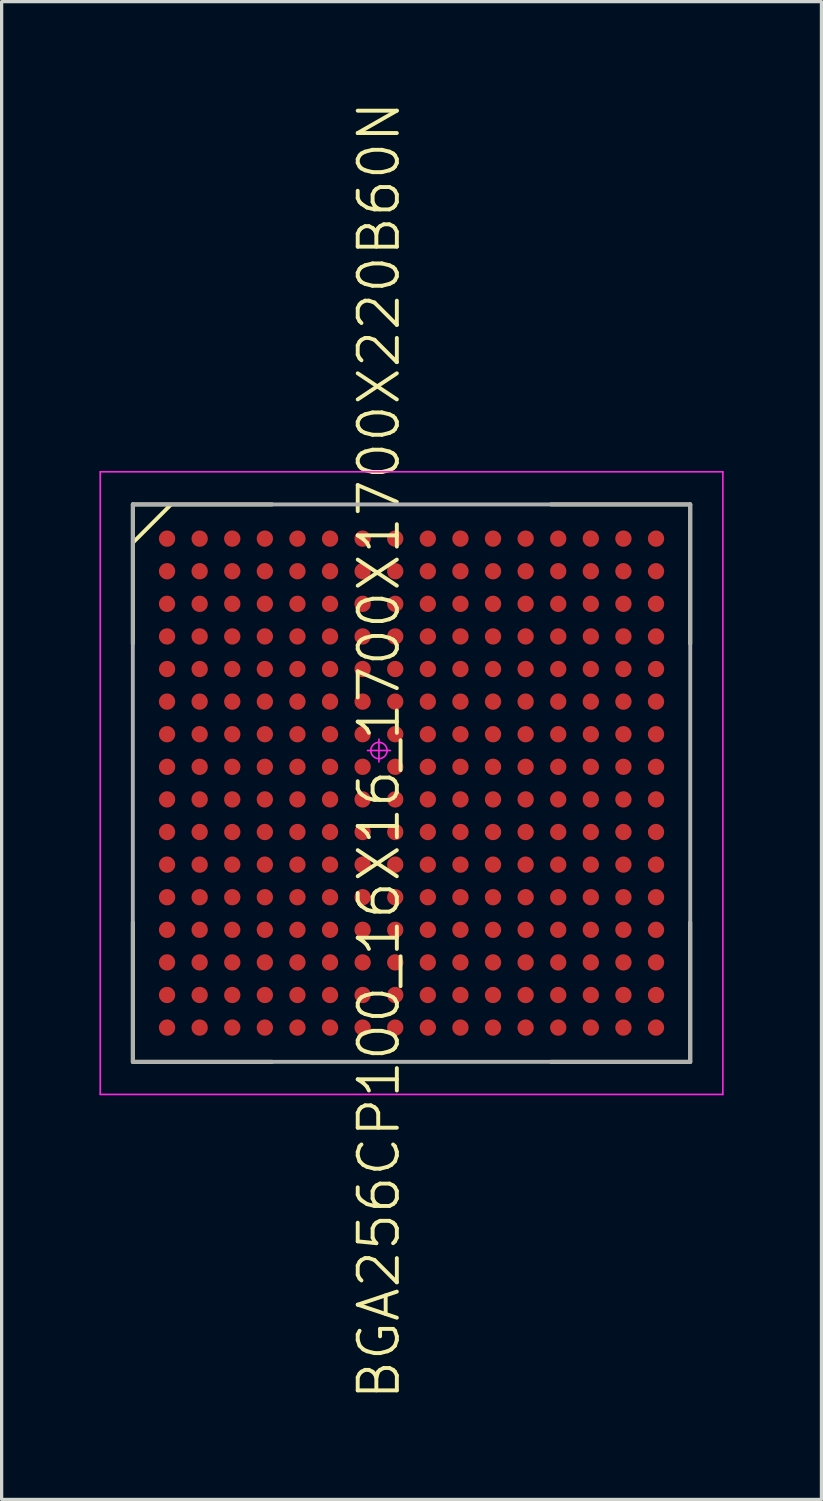
<source format=kicad_pcb>
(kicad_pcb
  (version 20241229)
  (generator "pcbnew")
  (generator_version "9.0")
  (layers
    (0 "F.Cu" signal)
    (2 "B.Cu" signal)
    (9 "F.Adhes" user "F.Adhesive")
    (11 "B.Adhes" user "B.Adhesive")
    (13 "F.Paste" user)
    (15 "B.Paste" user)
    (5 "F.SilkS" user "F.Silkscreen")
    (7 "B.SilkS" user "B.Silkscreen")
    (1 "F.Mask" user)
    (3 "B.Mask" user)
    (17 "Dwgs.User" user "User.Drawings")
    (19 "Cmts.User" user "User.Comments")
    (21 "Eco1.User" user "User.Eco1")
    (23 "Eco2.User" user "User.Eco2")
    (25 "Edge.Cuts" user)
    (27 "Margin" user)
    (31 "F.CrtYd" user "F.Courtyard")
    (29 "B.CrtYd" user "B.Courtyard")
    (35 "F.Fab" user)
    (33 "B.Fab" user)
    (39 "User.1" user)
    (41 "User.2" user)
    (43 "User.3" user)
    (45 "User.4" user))
  (footprint "BGA256CP100_16X16_1700X1700X220B60N"
    (layer "F.Cu")
    (at 9.575 20.974)
    (property "Reference" "BGA256CP100_16X16_1700X1700X220B60N" (at -1 -1 270) (layer "F.SilkS") (effects (font (size 1.2 1.2) (thickness 0.12))))
    (attr smd)
    (fp_line (start -8.55 -8.55) (end -8.55 -4.275) (stroke (width 0.12) (type solid)) (layer "F.SilkS"))
    (fp_line (start -8.55 8.55) (end -8.55 4.275) (stroke (width 0.12) (type solid)) (layer "F.SilkS"))
    (fp_line (start -7.391 -8.534) (end -8.534 -7.391) (stroke (width 0.12) (type solid)) (layer "F.SilkS"))
    (fp_line (start -4.275 -8.55) (end -8.55 -8.55) (stroke (width 0.12) (type solid)) (layer "F.SilkS"))
    (fp_line (start -4.275 8.55) (end -8.55 8.55) (stroke (width 0.12) (type solid)) (layer "F.SilkS"))
    (fp_line (start 4.275 -8.55) (end 8.55 -8.55) (stroke (width 0.12) (type solid)) (layer "F.SilkS"))
    (fp_line (start 4.275 8.55) (end 8.55 8.55) (stroke (width 0.12) (type solid)) (layer "F.SilkS"))
    (fp_line (start 8.55 -8.55) (end 8.55 -4.275) (stroke (width 0.12) (type solid)) (layer "F.SilkS"))
    (fp_line (start 8.55 8.55) (end 8.55 4.275) (stroke (width 0.12) (type solid)) (layer "F.SilkS"))
    (fp_line (start -9.55 -9.55) (end 9.55 -9.55) (stroke (width 0.05) (type solid)) (layer "F.CrtYd"))
    (fp_line (start -9.55 9.55) (end -9.55 -9.55) (stroke (width 0.05) (type solid)) (layer "F.CrtYd"))
    (fp_line (start -1 -1.35) (end -1 -0.65) (stroke (width 0.05) (type solid)) (layer "F.CrtYd"))
    (fp_line (start -0.65 -1) (end -1.35 -1) (stroke (width 0.05) (type solid)) (layer "F.CrtYd"))
    (fp_line (start 9.55 -9.55) (end 9.55 9.55) (stroke (width 0.05) (type solid)) (layer "F.CrtYd"))
    (fp_line (start 9.55 9.55) (end -9.55 9.55) (stroke (width 0.05) (type solid)) (layer "F.CrtYd"))
    (fp_circle (center -1 -1) (end -1.25 -1) (stroke (width 0.05) (type solid)) (fill no) (layer "F.CrtYd"))
    (fp_line (start -8.55 -8.55) (end 8.55 -8.55) (stroke (width 0.12) (type solid)) (layer "F.Fab"))
    (fp_line (start -8.55 8.55) (end -8.55 -8.55) (stroke (width 0.12) (type solid)) (layer "F.Fab"))
    (fp_line (start 8.55 -8.55) (end 8.55 8.55) (stroke (width 0.12) (type solid)) (layer "F.Fab"))
    (fp_line (start 8.55 8.55) (end -8.55 8.55) (stroke (width 0.12) (type solid)) (layer "F.Fab"))
    (pad "A1" smd circle (at -7.5 -7.5 270) (size 0.5 0.5) (layers "F.Cu" "F.Mask" "F.Paste"))
    (pad "A2" smd circle (at -6.5 -7.5 270) (size 0.5 0.5) (layers "F.Cu" "F.Mask" "F.Paste"))
    (pad "A3" smd circle (at -5.5 -7.5 270) (size 0.5 0.5) (layers "F.Cu" "F.Mask" "F.Paste"))
    (pad "A4" smd circle (at -4.5 -7.5 270) (size 0.5 0.5) (layers "F.Cu" "F.Mask" "F.Paste"))
    (pad "A5" smd circle (at -3.5 -7.5 270) (size 0.5 0.5) (layers "F.Cu" "F.Mask" "F.Paste"))
    (pad "A6" smd circle (at -2.5 -7.5 270) (size 0.5 0.5) (layers "F.Cu" "F.Mask" "F.Paste"))
    (pad "A7" smd circle (at -1.5 -7.5 270) (size 0.5 0.5) (layers "F.Cu" "F.Mask" "F.Paste"))
    (pad "A8" smd circle (at -0.5 -7.5 270) (size 0.5 0.5) (layers "F.Cu" "F.Mask" "F.Paste"))
    (pad "A9" smd circle (at 0.5 -7.5 270) (size 0.5 0.5) (layers "F.Cu" "F.Mask" "F.Paste"))
    (pad "A10" smd circle (at 1.5 -7.5 270) (size 0.5 0.5) (layers "F.Cu" "F.Mask" "F.Paste"))
    (pad "A11" smd circle (at 2.5 -7.5 270) (size 0.5 0.5) (layers "F.Cu" "F.Mask" "F.Paste"))
    (pad "A12" smd circle (at 3.5 -7.5 270) (size 0.5 0.5) (layers "F.Cu" "F.Mask" "F.Paste"))
    (pad "A13" smd circle (at 4.5 -7.5 270) (size 0.5 0.5) (layers "F.Cu" "F.Mask" "F.Paste"))
    (pad "A14" smd circle (at 5.5 -7.5 270) (size 0.5 0.5) (layers "F.Cu" "F.Mask" "F.Paste"))
    (pad "A15" smd circle (at 6.5 -7.5 270) (size 0.5 0.5) (layers "F.Cu" "F.Mask" "F.Paste"))
    (pad "A16" smd circle (at 7.5 -7.5 270) (size 0.5 0.5) (layers "F.Cu" "F.Mask" "F.Paste"))
    (pad "B1" smd circle (at -7.5 -6.5 270) (size 0.5 0.5) (layers "F.Cu" "F.Mask" "F.Paste"))
    (pad "B2" smd circle (at -6.5 -6.5 270) (size 0.5 0.5) (layers "F.Cu" "F.Mask" "F.Paste"))
    (pad "B3" smd circle (at -5.5 -6.5 270) (size 0.5 0.5) (layers "F.Cu" "F.Mask" "F.Paste"))
    (pad "B4" smd circle (at -4.5 -6.5 270) (size 0.5 0.5) (layers "F.Cu" "F.Mask" "F.Paste"))
    (pad "B5" smd circle (at -3.5 -6.5 270) (size 0.5 0.5) (layers "F.Cu" "F.Mask" "F.Paste"))
    (pad "B6" smd circle (at -2.5 -6.5 270) (size 0.5 0.5) (layers "F.Cu" "F.Mask" "F.Paste"))
    (pad "B7" smd circle (at -1.5 -6.5 270) (size 0.5 0.5) (layers "F.Cu" "F.Mask" "F.Paste"))
    (pad "B8" smd circle (at -0.5 -6.5 270) (size 0.5 0.5) (layers "F.Cu" "F.Mask" "F.Paste"))
    (pad "B9" smd circle (at 0.5 -6.5 270) (size 0.5 0.5) (layers "F.Cu" "F.Mask" "F.Paste"))
    (pad "B10" smd circle (at 1.5 -6.5 270) (size 0.5 0.5) (layers "F.Cu" "F.Mask" "F.Paste"))
    (pad "B11" smd circle (at 2.5 -6.5 270) (size 0.5 0.5) (layers "F.Cu" "F.Mask" "F.Paste"))
    (pad "B12" smd circle (at 3.5 -6.5 270) (size 0.5 0.5) (layers "F.Cu" "F.Mask" "F.Paste"))
    (pad "B13" smd circle (at 4.5 -6.5 270) (size 0.5 0.5) (layers "F.Cu" "F.Mask" "F.Paste"))
    (pad "B14" smd circle (at 5.5 -6.5 270) (size 0.5 0.5) (layers "F.Cu" "F.Mask" "F.Paste"))
    (pad "B15" smd circle (at 6.5 -6.5 270) (size 0.5 0.5) (layers "F.Cu" "F.Mask" "F.Paste"))
    (pad "B16" smd circle (at 7.5 -6.5 270) (size 0.5 0.5) (layers "F.Cu" "F.Mask" "F.Paste"))
    (pad "C1" smd circle (at -7.5 -5.5 270) (size 0.5 0.5) (layers "F.Cu" "F.Mask" "F.Paste"))
    (pad "C2" smd circle (at -6.5 -5.5 270) (size 0.5 0.5) (layers "F.Cu" "F.Mask" "F.Paste"))
    (pad "C3" smd circle (at -5.5 -5.5 270) (size 0.5 0.5) (layers "F.Cu" "F.Mask" "F.Paste"))
    (pad "C4" smd circle (at -4.5 -5.5 270) (size 0.5 0.5) (layers "F.Cu" "F.Mask" "F.Paste"))
    (pad "C5" smd circle (at -3.5 -5.5 270) (size 0.5 0.5) (layers "F.Cu" "F.Mask" "F.Paste"))
    (pad "C6" smd circle (at -2.5 -5.5 270) (size 0.5 0.5) (layers "F.Cu" "F.Mask" "F.Paste"))
    (pad "C7" smd circle (at -1.5 -5.5 270) (size 0.5 0.5) (layers "F.Cu" "F.Mask" "F.Paste"))
    (pad "C8" smd circle (at -0.5 -5.5 270) (size 0.5 0.5) (layers "F.Cu" "F.Mask" "F.Paste"))
    (pad "C9" smd circle (at 0.5 -5.5 270) (size 0.5 0.5) (layers "F.Cu" "F.Mask" "F.Paste"))
    (pad "C10" smd circle (at 1.5 -5.5 270) (size 0.5 0.5) (layers "F.Cu" "F.Mask" "F.Paste"))
    (pad "C11" smd circle (at 2.5 -5.5 270) (size 0.5 0.5) (layers "F.Cu" "F.Mask" "F.Paste"))
    (pad "C12" smd circle (at 3.5 -5.5 270) (size 0.5 0.5) (layers "F.Cu" "F.Mask" "F.Paste"))
    (pad "C13" smd circle (at 4.5 -5.5 270) (size 0.5 0.5) (layers "F.Cu" "F.Mask" "F.Paste"))
    (pad "C14" smd circle (at 5.5 -5.5 270) (size 0.5 0.5) (layers "F.Cu" "F.Mask" "F.Paste"))
    (pad "C15" smd circle (at 6.5 -5.5 270) (size 0.5 0.5) (layers "F.Cu" "F.Mask" "F.Paste"))
    (pad "C16" smd circle (at 7.5 -5.5 270) (size 0.5 0.5) (layers "F.Cu" "F.Mask" "F.Paste"))
    (pad "D1" smd circle (at -7.5 -4.5 270) (size 0.5 0.5) (layers "F.Cu" "F.Mask" "F.Paste"))
    (pad "D2" smd circle (at -6.5 -4.5 270) (size 0.5 0.5) (layers "F.Cu" "F.Mask" "F.Paste"))
    (pad "D3" smd circle (at -5.5 -4.5 270) (size 0.5 0.5) (layers "F.Cu" "F.Mask" "F.Paste"))
    (pad "D4" smd circle (at -4.5 -4.5 270) (size 0.5 0.5) (layers "F.Cu" "F.Mask" "F.Paste"))
    (pad "D5" smd circle (at -3.5 -4.5 270) (size 0.5 0.5) (layers "F.Cu" "F.Mask" "F.Paste"))
    (pad "D6" smd circle (at -2.5 -4.5 270) (size 0.5 0.5) (layers "F.Cu" "F.Mask" "F.Paste"))
    (pad "D7" smd circle (at -1.5 -4.5 270) (size 0.5 0.5) (layers "F.Cu" "F.Mask" "F.Paste"))
    (pad "D8" smd circle (at -0.5 -4.5 270) (size 0.5 0.5) (layers "F.Cu" "F.Mask" "F.Paste"))
    (pad "D9" smd circle (at 0.5 -4.5 270) (size 0.5 0.5) (layers "F.Cu" "F.Mask" "F.Paste"))
    (pad "D10" smd circle (at 1.5 -4.5 270) (size 0.5 0.5) (layers "F.Cu" "F.Mask" "F.Paste"))
    (pad "D11" smd circle (at 2.5 -4.5 270) (size 0.5 0.5) (layers "F.Cu" "F.Mask" "F.Paste"))
    (pad "D12" smd circle (at 3.5 -4.5 270) (size 0.5 0.5) (layers "F.Cu" "F.Mask" "F.Paste"))
    (pad "D13" smd circle (at 4.5 -4.5 270) (size 0.5 0.5) (layers "F.Cu" "F.Mask" "F.Paste"))
    (pad "D14" smd circle (at 5.5 -4.5 270) (size 0.5 0.5) (layers "F.Cu" "F.Mask" "F.Paste"))
    (pad "D15" smd circle (at 6.5 -4.5 270) (size 0.5 0.5) (layers "F.Cu" "F.Mask" "F.Paste"))
    (pad "D16" smd circle (at 7.5 -4.5 270) (size 0.5 0.5) (layers "F.Cu" "F.Mask" "F.Paste"))
    (pad "E1" smd circle (at -7.5 -3.5 270) (size 0.5 0.5) (layers "F.Cu" "F.Mask" "F.Paste"))
    (pad "E2" smd circle (at -6.5 -3.5 270) (size 0.5 0.5) (layers "F.Cu" "F.Mask" "F.Paste"))
    (pad "E3" smd circle (at -5.5 -3.5 270) (size 0.5 0.5) (layers "F.Cu" "F.Mask" "F.Paste"))
    (pad "E4" smd circle (at -4.5 -3.5 270) (size 0.5 0.5) (layers "F.Cu" "F.Mask" "F.Paste"))
    (pad "E5" smd circle (at -3.5 -3.5 270) (size 0.5 0.5) (layers "F.Cu" "F.Mask" "F.Paste"))
    (pad "E6" smd circle (at -2.5 -3.5 270) (size 0.5 0.5) (layers "F.Cu" "F.Mask" "F.Paste"))
    (pad "E7" smd circle (at -1.5 -3.5 270) (size 0.5 0.5) (layers "F.Cu" "F.Mask" "F.Paste"))
    (pad "E8" smd circle (at -0.5 -3.5 270) (size 0.5 0.5) (layers "F.Cu" "F.Mask" "F.Paste"))
    (pad "E9" smd circle (at 0.5 -3.5 270) (size 0.5 0.5) (layers "F.Cu" "F.Mask" "F.Paste"))
    (pad "E10" smd circle (at 1.5 -3.5 270) (size 0.5 0.5) (layers "F.Cu" "F.Mask" "F.Paste"))
    (pad "E11" smd circle (at 2.5 -3.5 270) (size 0.5 0.5) (layers "F.Cu" "F.Mask" "F.Paste"))
    (pad "E12" smd circle (at 3.5 -3.5 270) (size 0.5 0.5) (layers "F.Cu" "F.Mask" "F.Paste"))
    (pad "E13" smd circle (at 4.5 -3.5 270) (size 0.5 0.5) (layers "F.Cu" "F.Mask" "F.Paste"))
    (pad "E14" smd circle (at 5.5 -3.5 270) (size 0.5 0.5) (layers "F.Cu" "F.Mask" "F.Paste"))
    (pad "E15" smd circle (at 6.5 -3.5 270) (size 0.5 0.5) (layers "F.Cu" "F.Mask" "F.Paste"))
    (pad "E16" smd circle (at 7.5 -3.5 270) (size 0.5 0.5) (layers "F.Cu" "F.Mask" "F.Paste"))
    (pad "F1" smd circle (at -7.5 -2.5 270) (size 0.5 0.5) (layers "F.Cu" "F.Mask" "F.Paste"))
    (pad "F2" smd circle (at -6.5 -2.5 270) (size 0.5 0.5) (layers "F.Cu" "F.Mask" "F.Paste"))
    (pad "F3" smd circle (at -5.5 -2.5 270) (size 0.5 0.5) (layers "F.Cu" "F.Mask" "F.Paste"))
    (pad "F4" smd circle (at -4.5 -2.5 270) (size 0.5 0.5) (layers "F.Cu" "F.Mask" "F.Paste"))
    (pad "F5" smd circle (at -3.5 -2.5 270) (size 0.5 0.5) (layers "F.Cu" "F.Mask" "F.Paste"))
    (pad "F6" smd circle (at -2.5 -2.5 270) (size 0.5 0.5) (layers "F.Cu" "F.Mask" "F.Paste"))
    (pad "F7" smd circle (at -1.5 -2.5 270) (size 0.5 0.5) (layers "F.Cu" "F.Mask" "F.Paste"))
    (pad "F8" smd circle (at -0.5 -2.5 270) (size 0.5 0.5) (layers "F.Cu" "F.Mask" "F.Paste"))
    (pad "F9" smd circle (at 0.5 -2.5 270) (size 0.5 0.5) (layers "F.Cu" "F.Mask" "F.Paste"))
    (pad "F10" smd circle (at 1.5 -2.5 270) (size 0.5 0.5) (layers "F.Cu" "F.Mask" "F.Paste"))
    (pad "F11" smd circle (at 2.5 -2.5 270) (size 0.5 0.5) (layers "F.Cu" "F.Mask" "F.Paste"))
    (pad "F12" smd circle (at 3.5 -2.5 270) (size 0.5 0.5) (layers "F.Cu" "F.Mask" "F.Paste"))
    (pad "F13" smd circle (at 4.5 -2.5 270) (size 0.5 0.5) (layers "F.Cu" "F.Mask" "F.Paste"))
    (pad "F14" smd circle (at 5.5 -2.5 270) (size 0.5 0.5) (layers "F.Cu" "F.Mask" "F.Paste"))
    (pad "F15" smd circle (at 6.5 -2.5 270) (size 0.5 0.5) (layers "F.Cu" "F.Mask" "F.Paste"))
    (pad "F16" smd circle (at 7.5 -2.5 270) (size 0.5 0.5) (layers "F.Cu" "F.Mask" "F.Paste"))
    (pad "G1" smd circle (at -7.5 -1.5 270) (size 0.5 0.5) (layers "F.Cu" "F.Mask" "F.Paste"))
    (pad "G2" smd circle (at -6.5 -1.5 270) (size 0.5 0.5) (layers "F.Cu" "F.Mask" "F.Paste"))
    (pad "G3" smd circle (at -5.5 -1.5 270) (size 0.5 0.5) (layers "F.Cu" "F.Mask" "F.Paste"))
    (pad "G4" smd circle (at -4.5 -1.5 270) (size 0.5 0.5) (layers "F.Cu" "F.Mask" "F.Paste"))
    (pad "G5" smd circle (at -3.5 -1.5 270) (size 0.5 0.5) (layers "F.Cu" "F.Mask" "F.Paste"))
    (pad "G6" smd circle (at -2.5 -1.5 270) (size 0.5 0.5) (layers "F.Cu" "F.Mask" "F.Paste"))
    (pad "G7" smd circle (at -1.5 -1.5 270) (size 0.5 0.5) (layers "F.Cu" "F.Mask" "F.Paste"))
    (pad "G8" smd circle (at -0.5 -1.5 270) (size 0.5 0.5) (layers "F.Cu" "F.Mask" "F.Paste"))
    (pad "G9" smd circle (at 0.5 -1.5 270) (size 0.5 0.5) (layers "F.Cu" "F.Mask" "F.Paste"))
    (pad "G10" smd circle (at 1.5 -1.5 270) (size 0.5 0.5) (layers "F.Cu" "F.Mask" "F.Paste"))
    (pad "G11" smd circle (at 2.5 -1.5 270) (size 0.5 0.5) (layers "F.Cu" "F.Mask" "F.Paste"))
    (pad "G12" smd circle (at 3.5 -1.5 270) (size 0.5 0.5) (layers "F.Cu" "F.Mask" "F.Paste"))
    (pad "G13" smd circle (at 4.5 -1.5 270) (size 0.5 0.5) (layers "F.Cu" "F.Mask" "F.Paste"))
    (pad "G14" smd circle (at 5.5 -1.5 270) (size 0.5 0.5) (layers "F.Cu" "F.Mask" "F.Paste"))
    (pad "G15" smd circle (at 6.5 -1.5 270) (size 0.5 0.5) (layers "F.Cu" "F.Mask" "F.Paste"))
    (pad "G16" smd circle (at 7.5 -1.5 270) (size 0.5 0.5) (layers "F.Cu" "F.Mask" "F.Paste"))
    (pad "H1" smd circle (at -7.5 -0.5 270) (size 0.5 0.5) (layers "F.Cu" "F.Mask" "F.Paste"))
    (pad "H2" smd circle (at -6.5 -0.5 270) (size 0.5 0.5) (layers "F.Cu" "F.Mask" "F.Paste"))
    (pad "H3" smd circle (at -5.5 -0.5 270) (size 0.5 0.5) (layers "F.Cu" "F.Mask" "F.Paste"))
    (pad "H4" smd circle (at -4.5 -0.5 270) (size 0.5 0.5) (layers "F.Cu" "F.Mask" "F.Paste"))
    (pad "H5" smd circle (at -3.5 -0.5 270) (size 0.5 0.5) (layers "F.Cu" "F.Mask" "F.Paste"))
    (pad "H6" smd circle (at -2.5 -0.5 270) (size 0.5 0.5) (layers "F.Cu" "F.Mask" "F.Paste"))
    (pad "H7" smd circle (at -1.5 -0.5 270) (size 0.5 0.5) (layers "F.Cu" "F.Mask" "F.Paste"))
    (pad "H8" smd circle (at -0.5 -0.5 270) (size 0.5 0.5) (layers "F.Cu" "F.Mask" "F.Paste"))
    (pad "H9" smd circle (at 0.5 -0.5 270) (size 0.5 0.5) (layers "F.Cu" "F.Mask" "F.Paste"))
    (pad "H10" smd circle (at 1.5 -0.5 270) (size 0.5 0.5) (layers "F.Cu" "F.Mask" "F.Paste"))
    (pad "H11" smd circle (at 2.5 -0.5 270) (size 0.5 0.5) (layers "F.Cu" "F.Mask" "F.Paste"))
    (pad "H12" smd circle (at 3.5 -0.5 270) (size 0.5 0.5) (layers "F.Cu" "F.Mask" "F.Paste"))
    (pad "H13" smd circle (at 4.5 -0.5 270) (size 0.5 0.5) (layers "F.Cu" "F.Mask" "F.Paste"))
    (pad "H14" smd circle (at 5.5 -0.5 270) (size 0.5 0.5) (layers "F.Cu" "F.Mask" "F.Paste"))
    (pad "H15" smd circle (at 6.5 -0.5 270) (size 0.5 0.5) (layers "F.Cu" "F.Mask" "F.Paste"))
    (pad "H16" smd circle (at 7.5 -0.5 270) (size 0.5 0.5) (layers "F.Cu" "F.Mask" "F.Paste"))
    (pad "J1" smd circle (at -7.5 0.5 270) (size 0.5 0.5) (layers "F.Cu" "F.Mask" "F.Paste"))
    (pad "J2" smd circle (at -6.5 0.5 270) (size 0.5 0.5) (layers "F.Cu" "F.Mask" "F.Paste"))
    (pad "J3" smd circle (at -5.5 0.5 270) (size 0.5 0.5) (layers "F.Cu" "F.Mask" "F.Paste"))
    (pad "J4" smd circle (at -4.5 0.5 270) (size 0.5 0.5) (layers "F.Cu" "F.Mask" "F.Paste"))
    (pad "J5" smd circle (at -3.5 0.5 270) (size 0.5 0.5) (layers "F.Cu" "F.Mask" "F.Paste"))
    (pad "J6" smd circle (at -2.5 0.5 270) (size 0.5 0.5) (layers "F.Cu" "F.Mask" "F.Paste"))
    (pad "J7" smd circle (at -1.5 0.5 270) (size 0.5 0.5) (layers "F.Cu" "F.Mask" "F.Paste"))
    (pad "J8" smd circle (at -0.5 0.5 270) (size 0.5 0.5) (layers "F.Cu" "F.Mask" "F.Paste"))
    (pad "J9" smd circle (at 0.5 0.5 270) (size 0.5 0.5) (layers "F.Cu" "F.Mask" "F.Paste"))
    (pad "J10" smd circle (at 1.5 0.5 270) (size 0.5 0.5) (layers "F.Cu" "F.Mask" "F.Paste"))
    (pad "J11" smd circle (at 2.5 0.5 270) (size 0.5 0.5) (layers "F.Cu" "F.Mask" "F.Paste"))
    (pad "J12" smd circle (at 3.5 0.5 270) (size 0.5 0.5) (layers "F.Cu" "F.Mask" "F.Paste"))
    (pad "J13" smd circle (at 4.5 0.5 270) (size 0.5 0.5) (layers "F.Cu" "F.Mask" "F.Paste"))
    (pad "J14" smd circle (at 5.5 0.5 270) (size 0.5 0.5) (layers "F.Cu" "F.Mask" "F.Paste"))
    (pad "J15" smd circle (at 6.5 0.5 270) (size 0.5 0.5) (layers "F.Cu" "F.Mask" "F.Paste"))
    (pad "J16" smd circle (at 7.5 0.5 270) (size 0.5 0.5) (layers "F.Cu" "F.Mask" "F.Paste"))
    (pad "K1" smd circle (at -7.5 1.5 270) (size 0.5 0.5) (layers "F.Cu" "F.Mask" "F.Paste"))
    (pad "K2" smd circle (at -6.5 1.5 270) (size 0.5 0.5) (layers "F.Cu" "F.Mask" "F.Paste"))
    (pad "K3" smd circle (at -5.5 1.5 270) (size 0.5 0.5) (layers "F.Cu" "F.Mask" "F.Paste"))
    (pad "K4" smd circle (at -4.5 1.5 270) (size 0.5 0.5) (layers "F.Cu" "F.Mask" "F.Paste"))
    (pad "K5" smd circle (at -3.5 1.5 270) (size 0.5 0.5) (layers "F.Cu" "F.Mask" "F.Paste"))
    (pad "K6" smd circle (at -2.5 1.5 270) (size 0.5 0.5) (layers "F.Cu" "F.Mask" "F.Paste"))
    (pad "K7" smd circle (at -1.5 1.5 270) (size 0.5 0.5) (layers "F.Cu" "F.Mask" "F.Paste"))
    (pad "K8" smd circle (at -0.5 1.5 270) (size 0.5 0.5) (layers "F.Cu" "F.Mask" "F.Paste"))
    (pad "K9" smd circle (at 0.5 1.5 270) (size 0.5 0.5) (layers "F.Cu" "F.Mask" "F.Paste"))
    (pad "K10" smd circle (at 1.5 1.5 270) (size 0.5 0.5) (layers "F.Cu" "F.Mask" "F.Paste"))
    (pad "K11" smd circle (at 2.5 1.5 270) (size 0.5 0.5) (layers "F.Cu" "F.Mask" "F.Paste"))
    (pad "K12" smd circle (at 3.5 1.5 270) (size 0.5 0.5) (layers "F.Cu" "F.Mask" "F.Paste"))
    (pad "K13" smd circle (at 4.5 1.5 270) (size 0.5 0.5) (layers "F.Cu" "F.Mask" "F.Paste"))
    (pad "K14" smd circle (at 5.5 1.5 270) (size 0.5 0.5) (layers "F.Cu" "F.Mask" "F.Paste"))
    (pad "K15" smd circle (at 6.5 1.5 270) (size 0.5 0.5) (layers "F.Cu" "F.Mask" "F.Paste"))
    (pad "K16" smd circle (at 7.5 1.5 270) (size 0.5 0.5) (layers "F.Cu" "F.Mask" "F.Paste"))
    (pad "L1" smd circle (at -7.5 2.5 270) (size 0.5 0.5) (layers "F.Cu" "F.Mask" "F.Paste"))
    (pad "L2" smd circle (at -6.5 2.5 270) (size 0.5 0.5) (layers "F.Cu" "F.Mask" "F.Paste"))
    (pad "L3" smd circle (at -5.5 2.5 270) (size 0.5 0.5) (layers "F.Cu" "F.Mask" "F.Paste"))
    (pad "L4" smd circle (at -4.5 2.5 270) (size 0.5 0.5) (layers "F.Cu" "F.Mask" "F.Paste"))
    (pad "L5" smd circle (at -3.5 2.5 270) (size 0.5 0.5) (layers "F.Cu" "F.Mask" "F.Paste"))
    (pad "L6" smd circle (at -2.5 2.5 270) (size 0.5 0.5) (layers "F.Cu" "F.Mask" "F.Paste"))
    (pad "L7" smd circle (at -1.5 2.5 270) (size 0.5 0.5) (layers "F.Cu" "F.Mask" "F.Paste"))
    (pad "L8" smd circle (at -0.5 2.5 270) (size 0.5 0.5) (layers "F.Cu" "F.Mask" "F.Paste"))
    (pad "L9" smd circle (at 0.5 2.5 270) (size 0.5 0.5) (layers "F.Cu" "F.Mask" "F.Paste"))
    (pad "L10" smd circle (at 1.5 2.5 270) (size 0.5 0.5) (layers "F.Cu" "F.Mask" "F.Paste"))
    (pad "L11" smd circle (at 2.5 2.5 270) (size 0.5 0.5) (layers "F.Cu" "F.Mask" "F.Paste"))
    (pad "L12" smd circle (at 3.5 2.5 270) (size 0.5 0.5) (layers "F.Cu" "F.Mask" "F.Paste"))
    (pad "L13" smd circle (at 4.5 2.5 270) (size 0.5 0.5) (layers "F.Cu" "F.Mask" "F.Paste"))
    (pad "L14" smd circle (at 5.5 2.5 270) (size 0.5 0.5) (layers "F.Cu" "F.Mask" "F.Paste"))
    (pad "L15" smd circle (at 6.5 2.5 270) (size 0.5 0.5) (layers "F.Cu" "F.Mask" "F.Paste"))
    (pad "L16" smd circle (at 7.5 2.5 270) (size 0.5 0.5) (layers "F.Cu" "F.Mask" "F.Paste"))
    (pad "M1" smd circle (at -7.5 3.5 270) (size 0.5 0.5) (layers "F.Cu" "F.Mask" "F.Paste"))
    (pad "M2" smd circle (at -6.5 3.5 270) (size 0.5 0.5) (layers "F.Cu" "F.Mask" "F.Paste"))
    (pad "M3" smd circle (at -5.5 3.5 270) (size 0.5 0.5) (layers "F.Cu" "F.Mask" "F.Paste"))
    (pad "M4" smd circle (at -4.5 3.5 270) (size 0.5 0.5) (layers "F.Cu" "F.Mask" "F.Paste"))
    (pad "M5" smd circle (at -3.5 3.5 270) (size 0.5 0.5) (layers "F.Cu" "F.Mask" "F.Paste"))
    (pad "M6" smd circle (at -2.5 3.5 270) (size 0.5 0.5) (layers "F.Cu" "F.Mask" "F.Paste"))
    (pad "M7" smd circle (at -1.5 3.5 270) (size 0.5 0.5) (layers "F.Cu" "F.Mask" "F.Paste"))
    (pad "M8" smd circle (at -0.5 3.5 270) (size 0.5 0.5) (layers "F.Cu" "F.Mask" "F.Paste"))
    (pad "M9" smd circle (at 0.5 3.5 270) (size 0.5 0.5) (layers "F.Cu" "F.Mask" "F.Paste"))
    (pad "M10" smd circle (at 1.5 3.5 270) (size 0.5 0.5) (layers "F.Cu" "F.Mask" "F.Paste"))
    (pad "M11" smd circle (at 2.5 3.5 270) (size 0.5 0.5) (layers "F.Cu" "F.Mask" "F.Paste"))
    (pad "M12" smd circle (at 3.5 3.5 270) (size 0.5 0.5) (layers "F.Cu" "F.Mask" "F.Paste"))
    (pad "M13" smd circle (at 4.5 3.5 270) (size 0.5 0.5) (layers "F.Cu" "F.Mask" "F.Paste"))
    (pad "M14" smd circle (at 5.5 3.5 270) (size 0.5 0.5) (layers "F.Cu" "F.Mask" "F.Paste"))
    (pad "M15" smd circle (at 6.5 3.5 270) (size 0.5 0.5) (layers "F.Cu" "F.Mask" "F.Paste"))
    (pad "M16" smd circle (at 7.5 3.5 270) (size 0.5 0.5) (layers "F.Cu" "F.Mask" "F.Paste"))
    (pad "N1" smd circle (at -7.5 4.5 270) (size 0.5 0.5) (layers "F.Cu" "F.Mask" "F.Paste"))
    (pad "N2" smd circle (at -6.5 4.5 270) (size 0.5 0.5) (layers "F.Cu" "F.Mask" "F.Paste"))
    (pad "N3" smd circle (at -5.5 4.5 270) (size 0.5 0.5) (layers "F.Cu" "F.Mask" "F.Paste"))
    (pad "N4" smd circle (at -4.5 4.5 270) (size 0.5 0.5) (layers "F.Cu" "F.Mask" "F.Paste"))
    (pad "N5" smd circle (at -3.5 4.5 270) (size 0.5 0.5) (layers "F.Cu" "F.Mask" "F.Paste"))
    (pad "N6" smd circle (at -2.5 4.5 270) (size 0.5 0.5) (layers "F.Cu" "F.Mask" "F.Paste"))
    (pad "N7" smd circle (at -1.5 4.5 270) (size 0.5 0.5) (layers "F.Cu" "F.Mask" "F.Paste"))
    (pad "N8" smd circle (at -0.5 4.5 270) (size 0.5 0.5) (layers "F.Cu" "F.Mask" "F.Paste"))
    (pad "N9" smd circle (at 0.5 4.5 270) (size 0.5 0.5) (layers "F.Cu" "F.Mask" "F.Paste"))
    (pad "N10" smd circle (at 1.5 4.5 270) (size 0.5 0.5) (layers "F.Cu" "F.Mask" "F.Paste"))
    (pad "N11" smd circle (at 2.5 4.5 270) (size 0.5 0.5) (layers "F.Cu" "F.Mask" "F.Paste"))
    (pad "N12" smd circle (at 3.5 4.5 270) (size 0.5 0.5) (layers "F.Cu" "F.Mask" "F.Paste"))
    (pad "N13" smd circle (at 4.5 4.5 270) (size 0.5 0.5) (layers "F.Cu" "F.Mask" "F.Paste"))
    (pad "N14" smd circle (at 5.5 4.5 270) (size 0.5 0.5) (layers "F.Cu" "F.Mask" "F.Paste"))
    (pad "N15" smd circle (at 6.5 4.5 270) (size 0.5 0.5) (layers "F.Cu" "F.Mask" "F.Paste"))
    (pad "N16" smd circle (at 7.5 4.5 270) (size 0.5 0.5) (layers "F.Cu" "F.Mask" "F.Paste"))
    (pad "P1" smd circle (at -7.5 5.5 270) (size 0.5 0.5) (layers "F.Cu" "F.Mask" "F.Paste"))
    (pad "P2" smd circle (at -6.5 5.5 270) (size 0.5 0.5) (layers "F.Cu" "F.Mask" "F.Paste"))
    (pad "P3" smd circle (at -5.5 5.5 270) (size 0.5 0.5) (layers "F.Cu" "F.Mask" "F.Paste"))
    (pad "P4" smd circle (at -4.5 5.5 270) (size 0.5 0.5) (layers "F.Cu" "F.Mask" "F.Paste"))
    (pad "P5" smd circle (at -3.5 5.5 270) (size 0.5 0.5) (layers "F.Cu" "F.Mask" "F.Paste"))
    (pad "P6" smd circle (at -2.5 5.5 270) (size 0.5 0.5) (layers "F.Cu" "F.Mask" "F.Paste"))
    (pad "P7" smd circle (at -1.5 5.5 270) (size 0.5 0.5) (layers "F.Cu" "F.Mask" "F.Paste"))
    (pad "P8" smd circle (at -0.5 5.5 270) (size 0.5 0.5) (layers "F.Cu" "F.Mask" "F.Paste"))
    (pad "P9" smd circle (at 0.5 5.5 270) (size 0.5 0.5) (layers "F.Cu" "F.Mask" "F.Paste"))
    (pad "P10" smd circle (at 1.5 5.5 270) (size 0.5 0.5) (layers "F.Cu" "F.Mask" "F.Paste"))
    (pad "P11" smd circle (at 2.5 5.5 270) (size 0.5 0.5) (layers "F.Cu" "F.Mask" "F.Paste"))
    (pad "P12" smd circle (at 3.5 5.5 270) (size 0.5 0.5) (layers "F.Cu" "F.Mask" "F.Paste"))
    (pad "P13" smd circle (at 4.5 5.5 270) (size 0.5 0.5) (layers "F.Cu" "F.Mask" "F.Paste"))
    (pad "P14" smd circle (at 5.5 5.5 270) (size 0.5 0.5) (layers "F.Cu" "F.Mask" "F.Paste"))
    (pad "P15" smd circle (at 6.5 5.5 270) (size 0.5 0.5) (layers "F.Cu" "F.Mask" "F.Paste"))
    (pad "P16" smd circle (at 7.5 5.5 270) (size 0.5 0.5) (layers "F.Cu" "F.Mask" "F.Paste"))
    (pad "R1" smd circle (at -7.5 6.5 270) (size 0.5 0.5) (layers "F.Cu" "F.Mask" "F.Paste"))
    (pad "R2" smd circle (at -6.5 6.5 270) (size 0.5 0.5) (layers "F.Cu" "F.Mask" "F.Paste"))
    (pad "R3" smd circle (at -5.5 6.5 270) (size 0.5 0.5) (layers "F.Cu" "F.Mask" "F.Paste"))
    (pad "R4" smd circle (at -4.5 6.5 270) (size 0.5 0.5) (layers "F.Cu" "F.Mask" "F.Paste"))
    (pad "R5" smd circle (at -3.5 6.5 270) (size 0.5 0.5) (layers "F.Cu" "F.Mask" "F.Paste"))
    (pad "R6" smd circle (at -2.5 6.5 270) (size 0.5 0.5) (layers "F.Cu" "F.Mask" "F.Paste"))
    (pad "R7" smd circle (at -1.5 6.5 270) (size 0.5 0.5) (layers "F.Cu" "F.Mask" "F.Paste"))
    (pad "R8" smd circle (at -0.5 6.5 270) (size 0.5 0.5) (layers "F.Cu" "F.Mask" "F.Paste"))
    (pad "R9" smd circle (at 0.5 6.5 270) (size 0.5 0.5) (layers "F.Cu" "F.Mask" "F.Paste"))
    (pad "R10" smd circle (at 1.5 6.5 270) (size 0.5 0.5) (layers "F.Cu" "F.Mask" "F.Paste"))
    (pad "R11" smd circle (at 2.5 6.5 270) (size 0.5 0.5) (layers "F.Cu" "F.Mask" "F.Paste"))
    (pad "R12" smd circle (at 3.5 6.5 270) (size 0.5 0.5) (layers "F.Cu" "F.Mask" "F.Paste"))
    (pad "R13" smd circle (at 4.5 6.5 270) (size 0.5 0.5) (layers "F.Cu" "F.Mask" "F.Paste"))
    (pad "R14" smd circle (at 5.5 6.5 270) (size 0.5 0.5) (layers "F.Cu" "F.Mask" "F.Paste"))
    (pad "R15" smd circle (at 6.5 6.5 270) (size 0.5 0.5) (layers "F.Cu" "F.Mask" "F.Paste"))
    (pad "R16" smd circle (at 7.5 6.5 270) (size 0.5 0.5) (layers "F.Cu" "F.Mask" "F.Paste"))
    (pad "T1" smd circle (at -7.5 7.5 270) (size 0.5 0.5) (layers "F.Cu" "F.Mask" "F.Paste"))
    (pad "T2" smd circle (at -6.5 7.5 270) (size 0.5 0.5) (layers "F.Cu" "F.Mask" "F.Paste"))
    (pad "T3" smd circle (at -5.5 7.5 270) (size 0.5 0.5) (layers "F.Cu" "F.Mask" "F.Paste"))
    (pad "T4" smd circle (at -4.5 7.5 270) (size 0.5 0.5) (layers "F.Cu" "F.Mask" "F.Paste"))
    (pad "T5" smd circle (at -3.5 7.5 270) (size 0.5 0.5) (layers "F.Cu" "F.Mask" "F.Paste"))
    (pad "T6" smd circle (at -2.5 7.5 270) (size 0.5 0.5) (layers "F.Cu" "F.Mask" "F.Paste"))
    (pad "T7" smd circle (at -1.5 7.5 270) (size 0.5 0.5) (layers "F.Cu" "F.Mask" "F.Paste"))
    (pad "T8" smd circle (at -0.5 7.5 270) (size 0.5 0.5) (layers "F.Cu" "F.Mask" "F.Paste"))
    (pad "T9" smd circle (at 0.5 7.5 270) (size 0.5 0.5) (layers "F.Cu" "F.Mask" "F.Paste"))
    (pad "T10" smd circle (at 1.5 7.5 270) (size 0.5 0.5) (layers "F.Cu" "F.Mask" "F.Paste"))
    (pad "T11" smd circle (at 2.5 7.5 270) (size 0.5 0.5) (layers "F.Cu" "F.Mask" "F.Paste"))
    (pad "T12" smd circle (at 3.5 7.5 270) (size 0.5 0.5) (layers "F.Cu" "F.Mask" "F.Paste"))
    (pad "T13" smd circle (at 4.5 7.5 270) (size 0.5 0.5) (layers "F.Cu" "F.Mask" "F.Paste"))
    (pad "T14" smd circle (at 5.5 7.5 270) (size 0.5 0.5) (layers "F.Cu" "F.Mask" "F.Paste"))
    (pad "T15" smd circle (at 6.5 7.5 270) (size 0.5 0.5) (layers "F.Cu" "F.Mask" "F.Paste"))
    (pad "T16" smd circle (at 7.5 7.5 270) (size 0.5 0.5) (layers "F.Cu" "F.Mask" "F.Paste")))
  (gr_rect
    (start -3 -3)
    (end 22.15 42.949)
    (stroke (width 0.1) (type default))
    (fill no)
    (layer "Edge.Cuts")))
</source>
